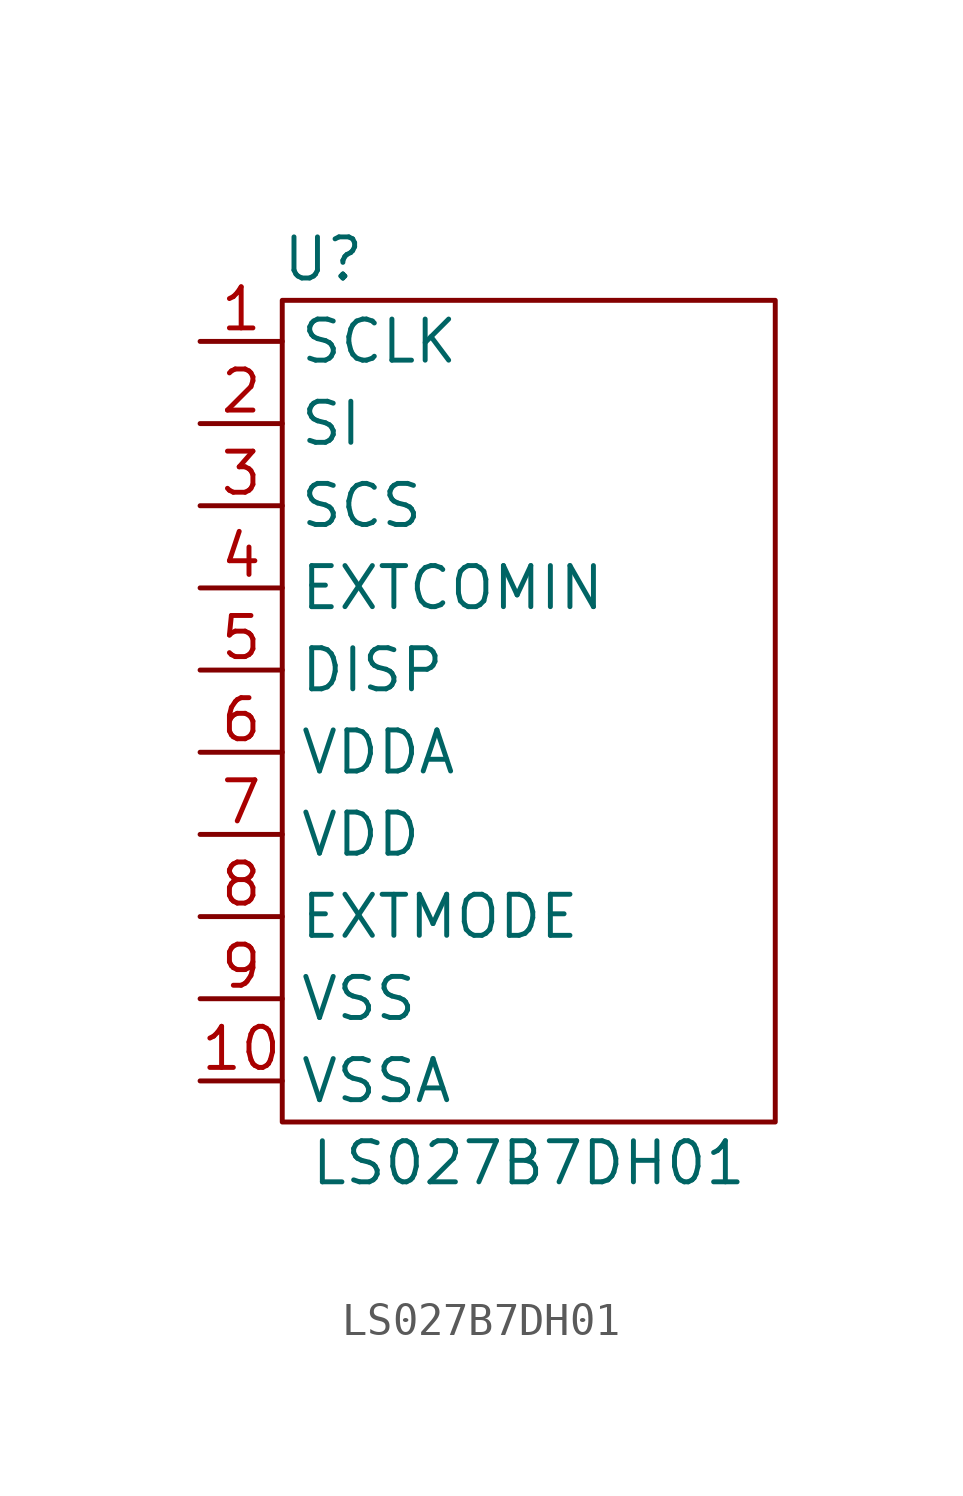
<source format=kicad_sym>
(kicad_symbol_lib
  (version 20211014)
  (generator kicad_symbol_editor)
  (symbol "LS027B7DH01"
    (property "Reference" "U"
      (at -6.35 13.97 0)
      (effects (font (size 1.27 1.27))))
    (property "Value" "LS027B7DH01"
      (at 0 -13.97 0)
      (effects (font (size 1.27 1.27))))
    (symbol "LS027B7DH01_0_1"
      (rectangle (start -7.62 12.7) (end 7.62 -12.7) (stroke (width 0) (type default) (color 0 0 0 0)) (fill (type none))))
    (symbol "LS027B7DH01_1_1"
      (pin input line (at -10.16 11.43 0) (length 2.54) (name "SCLK" (effects (font (size 1.27 1.27)))) (number "1" (effects (font (size 1.27 1.27)))))
      (pin power_in line (at -10.16 -11.43 0) (length 2.54) (name "VSSA" (effects (font (size 1.27 1.27)))) (number "10" (effects (font (size 1.27 1.27)))))
      (pin input line (at -10.16 8.89 0) (length 2.54) (name "SI" (effects (font (size 1.27 1.27)))) (number "2" (effects (font (size 1.27 1.27)))))
      (pin input line (at -10.16 6.35 0) (length 2.54) (name "SCS" (effects (font (size 1.27 1.27)))) (number "3" (effects (font (size 1.27 1.27)))))
      (pin input line (at -10.16 3.81 0) (length 2.54) (name "EXTCOMIN" (effects (font (size 1.27 1.27)))) (number "4" (effects (font (size 1.27 1.27)))))
      (pin input line (at -10.16 1.27 0) (length 2.54) (name "DISP" (effects (font (size 1.27 1.27)))) (number "5" (effects (font (size 1.27 1.27)))))
      (pin power_in line (at -10.16 -1.27 0) (length 2.54) (name "VDDA" (effects (font (size 1.27 1.27)))) (number "6" (effects (font (size 1.27 1.27)))))
      (pin power_in line (at -10.16 -3.81 0) (length 2.54) (name "VDD" (effects (font (size 1.27 1.27)))) (number "7" (effects (font (size 1.27 1.27)))))
      (pin input line (at -10.16 -6.35 0) (length 2.54) (name "EXTMODE" (effects (font (size 1.27 1.27)))) (number "8" (effects (font (size 1.27 1.27)))))
      (pin power_in line (at -10.16 -8.89 0) (length 2.54) (name "VSS" (effects (font (size 1.27 1.27)))) (number "9" (effects (font (size 1.27 1.27))))))))
</source>
